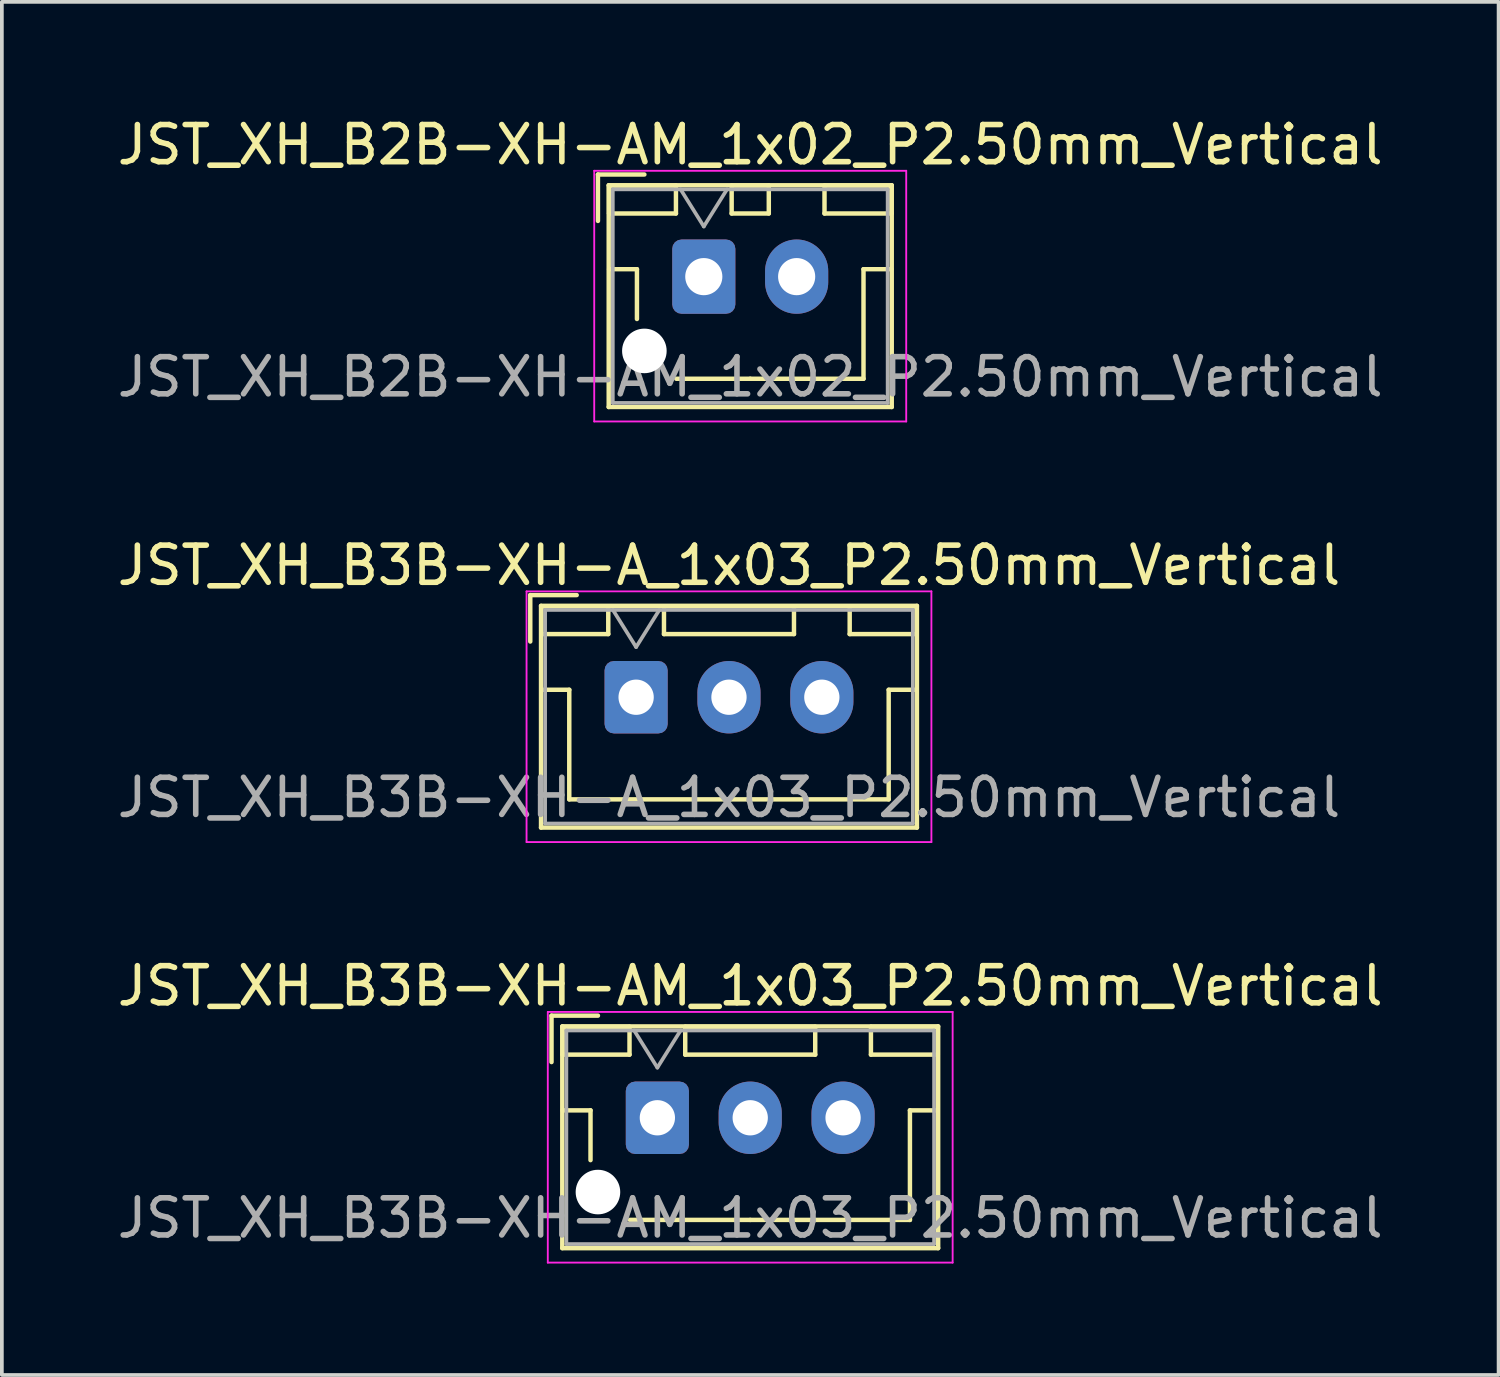
<source format=kicad_pcb>
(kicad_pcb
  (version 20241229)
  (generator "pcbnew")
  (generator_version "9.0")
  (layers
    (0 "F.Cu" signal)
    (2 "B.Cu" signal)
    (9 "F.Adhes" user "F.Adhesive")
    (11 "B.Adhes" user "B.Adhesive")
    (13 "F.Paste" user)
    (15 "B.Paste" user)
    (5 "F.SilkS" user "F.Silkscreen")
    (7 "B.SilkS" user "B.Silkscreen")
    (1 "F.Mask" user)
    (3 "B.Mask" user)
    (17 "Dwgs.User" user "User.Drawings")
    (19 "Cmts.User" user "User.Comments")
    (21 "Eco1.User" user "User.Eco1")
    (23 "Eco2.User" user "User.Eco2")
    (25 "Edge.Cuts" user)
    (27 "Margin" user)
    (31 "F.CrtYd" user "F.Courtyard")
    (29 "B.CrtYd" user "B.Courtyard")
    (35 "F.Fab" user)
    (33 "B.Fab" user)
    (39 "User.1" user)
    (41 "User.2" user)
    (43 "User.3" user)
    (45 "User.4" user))
  (footprint "JST_XH_B3B-XH-AM_1x03_P2.50mm_Vertical"
    (layer "F.Cu")
    (at 14.649 27.045)
    (property "Reference" "JST_XH_B3B-XH-AM_1x03_P2.50mm_Vertical" (at 2.5 -3.55 0) (layer "F.SilkS") (effects (font (size 1 1) (thickness 0.15))))
    (attr through_hole)
    (fp_line (start -2.85 -2.75) (end -2.85 -1.5) (stroke (width 0.12) (type solid)) (layer "F.SilkS"))
    (fp_line (start -2.56 -2.46) (end -2.56 3.51) (stroke (width 0.12) (type solid)) (layer "F.SilkS"))
    (fp_line (start -2.56 3.51) (end 7.56 3.51) (stroke (width 0.12) (type solid)) (layer "F.SilkS"))
    (fp_line (start -2.55 -2.45) (end -2.55 -1.7) (stroke (width 0.12) (type solid)) (layer "F.SilkS"))
    (fp_line (start -2.55 -1.7) (end -0.75 -1.7) (stroke (width 0.12) (type solid)) (layer "F.SilkS"))
    (fp_line (start -2.55 -0.2) (end -1.8 -0.2) (stroke (width 0.12) (type solid)) (layer "F.SilkS"))
    (fp_line (start -1.8 -0.2) (end -1.8 1.14) (stroke (width 0.12) (type solid)) (layer "F.SilkS"))
    (fp_line (start -1.6 -2.75) (end -2.85 -2.75) (stroke (width 0.12) (type solid)) (layer "F.SilkS"))
    (fp_line (start -0.75 -2.45) (end -2.55 -2.45) (stroke (width 0.12) (type solid)) (layer "F.SilkS"))
    (fp_line (start -0.75 -1.7) (end -0.75 -2.45) (stroke (width 0.12) (type solid)) (layer "F.SilkS"))
    (fp_line (start 0.75 -2.45) (end 0.75 -1.7) (stroke (width 0.12) (type solid)) (layer "F.SilkS"))
    (fp_line (start 0.75 -1.7) (end 4.25 -1.7) (stroke (width 0.12) (type solid)) (layer "F.SilkS"))
    (fp_line (start 2.5 2.75) (end -0.74 2.75) (stroke (width 0.12) (type solid)) (layer "F.SilkS"))
    (fp_line (start 4.25 -2.45) (end 0.75 -2.45) (stroke (width 0.12) (type solid)) (layer "F.SilkS"))
    (fp_line (start 4.25 -1.7) (end 4.25 -2.45) (stroke (width 0.12) (type solid)) (layer "F.SilkS"))
    (fp_line (start 5.75 -2.45) (end 5.75 -1.7) (stroke (width 0.12) (type solid)) (layer "F.SilkS"))
    (fp_line (start 5.75 -1.7) (end 7.55 -1.7) (stroke (width 0.12) (type solid)) (layer "F.SilkS"))
    (fp_line (start 6.8 -0.2) (end 6.8 2.75) (stroke (width 0.12) (type solid)) (layer "F.SilkS"))
    (fp_line (start 6.8 2.75) (end 2.5 2.75) (stroke (width 0.12) (type solid)) (layer "F.SilkS"))
    (fp_line (start 7.55 -2.45) (end 5.75 -2.45) (stroke (width 0.12) (type solid)) (layer "F.SilkS"))
    (fp_line (start 7.55 -1.7) (end 7.55 -2.45) (stroke (width 0.12) (type solid)) (layer "F.SilkS"))
    (fp_line (start 7.55 -0.2) (end 6.8 -0.2) (stroke (width 0.12) (type solid)) (layer "F.SilkS"))
    (fp_line (start 7.56 -2.46) (end -2.56 -2.46) (stroke (width 0.12) (type solid)) (layer "F.SilkS"))
    (fp_line (start 7.56 3.51) (end 7.56 -2.46) (stroke (width 0.12) (type solid)) (layer "F.SilkS"))
    (fp_line (start -2.95 -2.85) (end -2.95 3.9) (stroke (width 0.05) (type solid)) (layer "F.CrtYd"))
    (fp_line (start -2.95 3.9) (end 7.95 3.9) (stroke (width 0.05) (type solid)) (layer "F.CrtYd"))
    (fp_line (start 7.95 -2.85) (end -2.95 -2.85) (stroke (width 0.05) (type solid)) (layer "F.CrtYd"))
    (fp_line (start 7.95 3.9) (end 7.95 -2.85) (stroke (width 0.05) (type solid)) (layer "F.CrtYd"))
    (fp_line (start -2.45 -2.35) (end -2.45 3.4) (stroke (width 0.1) (type solid)) (layer "F.Fab"))
    (fp_line (start -2.45 3.4) (end 7.45 3.4) (stroke (width 0.1) (type solid)) (layer "F.Fab"))
    (fp_line (start -0.625 -2.35) (end 0 -1.35) (stroke (width 0.1) (type solid)) (layer "F.Fab"))
    (fp_line (start 0 -1.35) (end 0.625 -2.35) (stroke (width 0.1) (type solid)) (layer "F.Fab"))
    (fp_line (start 7.45 -2.35) (end -2.45 -2.35) (stroke (width 0.1) (type solid)) (layer "F.Fab"))
    (fp_line (start 7.45 3.4) (end 7.45 -2.35) (stroke (width 0.1) (type solid)) (layer "F.Fab"))
    (fp_text user "${REFERENCE}" (at 2.5 2.7 0) (layer "F.Fab") (effects (font (size 1 1) (thickness 0.15))))
    (pad "" np_thru_hole circle (at -1.6 2) (size 1.2 1.2) (drill 1.2) (layers "*.Cu" "*.Mask"))
    (pad "1" thru_hole roundrect (at 0 0) (size 1.7 1.95) (drill 0.95) (layers "*.Cu" "*.Mask") (roundrect_rratio 0.147))
    (pad "2" thru_hole oval (at 2.5 0) (size 1.7 1.95) (drill 0.95) (layers "*.Cu" "*.Mask"))
    (pad "3" thru_hole oval (at 5 0) (size 1.7 1.95) (drill 0.95) (layers "*.Cu" "*.Mask")))
  (footprint "JST_XH_B2B-XH-AM_1x02_P2.50mm_Vertical"
    (layer "F.Cu")
    (at 15.899 4.398)
    (property "Reference" "JST_XH_B2B-XH-AM_1x02_P2.50mm_Vertical" (at 1.25 -3.55 0) (layer "F.SilkS") (effects (font (size 1 1) (thickness 0.15))))
    (attr through_hole)
    (fp_line (start -2.85 -2.75) (end -2.85 -1.5) (stroke (width 0.12) (type solid)) (layer "F.SilkS"))
    (fp_line (start -2.56 -2.46) (end -2.56 3.51) (stroke (width 0.12) (type solid)) (layer "F.SilkS"))
    (fp_line (start -2.56 3.51) (end 5.06 3.51) (stroke (width 0.12) (type solid)) (layer "F.SilkS"))
    (fp_line (start -2.55 -2.45) (end -2.55 -1.7) (stroke (width 0.12) (type solid)) (layer "F.SilkS"))
    (fp_line (start -2.55 -1.7) (end -0.75 -1.7) (stroke (width 0.12) (type solid)) (layer "F.SilkS"))
    (fp_line (start -2.55 -0.2) (end -1.8 -0.2) (stroke (width 0.12) (type solid)) (layer "F.SilkS"))
    (fp_line (start -1.8 -0.2) (end -1.8 1.14) (stroke (width 0.12) (type solid)) (layer "F.SilkS"))
    (fp_line (start -1.6 -2.75) (end -2.85 -2.75) (stroke (width 0.12) (type solid)) (layer "F.SilkS"))
    (fp_line (start -0.75 -2.45) (end -2.55 -2.45) (stroke (width 0.12) (type solid)) (layer "F.SilkS"))
    (fp_line (start -0.75 -1.7) (end -0.75 -2.45) (stroke (width 0.12) (type solid)) (layer "F.SilkS"))
    (fp_line (start 0.75 -2.45) (end 0.75 -1.7) (stroke (width 0.12) (type solid)) (layer "F.SilkS"))
    (fp_line (start 0.75 -1.7) (end 1.75 -1.7) (stroke (width 0.12) (type solid)) (layer "F.SilkS"))
    (fp_line (start 1.25 2.75) (end -0.74 2.75) (stroke (width 0.12) (type solid)) (layer "F.SilkS"))
    (fp_line (start 1.75 -2.45) (end 0.75 -2.45) (stroke (width 0.12) (type solid)) (layer "F.SilkS"))
    (fp_line (start 1.75 -1.7) (end 1.75 -2.45) (stroke (width 0.12) (type solid)) (layer "F.SilkS"))
    (fp_line (start 3.25 -2.45) (end 3.25 -1.7) (stroke (width 0.12) (type solid)) (layer "F.SilkS"))
    (fp_line (start 3.25 -1.7) (end 5.05 -1.7) (stroke (width 0.12) (type solid)) (layer "F.SilkS"))
    (fp_line (start 4.3 -0.2) (end 4.3 2.75) (stroke (width 0.12) (type solid)) (layer "F.SilkS"))
    (fp_line (start 4.3 2.75) (end 1.25 2.75) (stroke (width 0.12) (type solid)) (layer "F.SilkS"))
    (fp_line (start 5.05 -2.45) (end 3.25 -2.45) (stroke (width 0.12) (type solid)) (layer "F.SilkS"))
    (fp_line (start 5.05 -1.7) (end 5.05 -2.45) (stroke (width 0.12) (type solid)) (layer "F.SilkS"))
    (fp_line (start 5.05 -0.2) (end 4.3 -0.2) (stroke (width 0.12) (type solid)) (layer "F.SilkS"))
    (fp_line (start 5.06 -2.46) (end -2.56 -2.46) (stroke (width 0.12) (type solid)) (layer "F.SilkS"))
    (fp_line (start 5.06 3.51) (end 5.06 -2.46) (stroke (width 0.12) (type solid)) (layer "F.SilkS"))
    (fp_line (start -2.95 -2.85) (end -2.95 3.9) (stroke (width 0.05) (type solid)) (layer "F.CrtYd"))
    (fp_line (start -2.95 3.9) (end 5.45 3.9) (stroke (width 0.05) (type solid)) (layer "F.CrtYd"))
    (fp_line (start 5.45 -2.85) (end -2.95 -2.85) (stroke (width 0.05) (type solid)) (layer "F.CrtYd"))
    (fp_line (start 5.45 3.9) (end 5.45 -2.85) (stroke (width 0.05) (type solid)) (layer "F.CrtYd"))
    (fp_line (start -2.45 -2.35) (end -2.45 3.4) (stroke (width 0.1) (type solid)) (layer "F.Fab"))
    (fp_line (start -2.45 3.4) (end 4.95 3.4) (stroke (width 0.1) (type solid)) (layer "F.Fab"))
    (fp_line (start -0.625 -2.35) (end 0 -1.35) (stroke (width 0.1) (type solid)) (layer "F.Fab"))
    (fp_line (start 0 -1.35) (end 0.625 -2.35) (stroke (width 0.1) (type solid)) (layer "F.Fab"))
    (fp_line (start 4.95 -2.35) (end -2.45 -2.35) (stroke (width 0.1) (type solid)) (layer "F.Fab"))
    (fp_line (start 4.95 3.4) (end 4.95 -2.35) (stroke (width 0.1) (type solid)) (layer "F.Fab"))
    (fp_text user "${REFERENCE}" (at 1.25 2.7 0) (layer "F.Fab") (effects (font (size 1 1) (thickness 0.15))))
    (pad "" np_thru_hole circle (at -1.6 2) (size 1.2 1.2) (drill 1.2) (layers "*.Cu" "*.Mask"))
    (pad "1" thru_hole roundrect (at 0 0) (size 1.7 2) (drill 1) (layers "*.Cu" "*.Mask") (roundrect_rratio 0.147))
    (pad "2" thru_hole oval (at 2.5 0) (size 1.7 2) (drill 1) (layers "*.Cu" "*.Mask")))
  (footprint "JST_XH_B3B-XH-A_1x03_P2.50mm_Vertical"
    (layer "F.Cu")
    (at 14.077 15.722)
    (property "Reference" "JST_XH_B3B-XH-A_1x03_P2.50mm_Vertical" (at 2.5 -3.55 0) (layer "F.SilkS") (effects (font (size 1 1) (thickness 0.15))))
    (attr through_hole)
    (fp_line (start -2.85 -2.75) (end -2.85 -1.5) (stroke (width 0.12) (type solid)) (layer "F.SilkS"))
    (fp_line (start -2.56 -2.46) (end -2.56 3.51) (stroke (width 0.12) (type solid)) (layer "F.SilkS"))
    (fp_line (start -2.56 3.51) (end 7.56 3.51) (stroke (width 0.12) (type solid)) (layer "F.SilkS"))
    (fp_line (start -2.55 -2.45) (end -2.55 -1.7) (stroke (width 0.12) (type solid)) (layer "F.SilkS"))
    (fp_line (start -2.55 -1.7) (end -0.75 -1.7) (stroke (width 0.12) (type solid)) (layer "F.SilkS"))
    (fp_line (start -2.55 -0.2) (end -1.8 -0.2) (stroke (width 0.12) (type solid)) (layer "F.SilkS"))
    (fp_line (start -1.8 -0.2) (end -1.8 2.75) (stroke (width 0.12) (type solid)) (layer "F.SilkS"))
    (fp_line (start -1.8 2.75) (end 2.5 2.75) (stroke (width 0.12) (type solid)) (layer "F.SilkS"))
    (fp_line (start -1.6 -2.75) (end -2.85 -2.75) (stroke (width 0.12) (type solid)) (layer "F.SilkS"))
    (fp_line (start -0.75 -2.45) (end -2.55 -2.45) (stroke (width 0.12) (type solid)) (layer "F.SilkS"))
    (fp_line (start -0.75 -1.7) (end -0.75 -2.45) (stroke (width 0.12) (type solid)) (layer "F.SilkS"))
    (fp_line (start 0.75 -2.45) (end 0.75 -1.7) (stroke (width 0.12) (type solid)) (layer "F.SilkS"))
    (fp_line (start 0.75 -1.7) (end 4.25 -1.7) (stroke (width 0.12) (type solid)) (layer "F.SilkS"))
    (fp_line (start 4.25 -2.45) (end 0.75 -2.45) (stroke (width 0.12) (type solid)) (layer "F.SilkS"))
    (fp_line (start 4.25 -1.7) (end 4.25 -2.45) (stroke (width 0.12) (type solid)) (layer "F.SilkS"))
    (fp_line (start 5.75 -2.45) (end 5.75 -1.7) (stroke (width 0.12) (type solid)) (layer "F.SilkS"))
    (fp_line (start 5.75 -1.7) (end 7.55 -1.7) (stroke (width 0.12) (type solid)) (layer "F.SilkS"))
    (fp_line (start 6.8 -0.2) (end 6.8 2.75) (stroke (width 0.12) (type solid)) (layer "F.SilkS"))
    (fp_line (start 6.8 2.75) (end 2.5 2.75) (stroke (width 0.12) (type solid)) (layer "F.SilkS"))
    (fp_line (start 7.55 -2.45) (end 5.75 -2.45) (stroke (width 0.12) (type solid)) (layer "F.SilkS"))
    (fp_line (start 7.55 -1.7) (end 7.55 -2.45) (stroke (width 0.12) (type solid)) (layer "F.SilkS"))
    (fp_line (start 7.55 -0.2) (end 6.8 -0.2) (stroke (width 0.12) (type solid)) (layer "F.SilkS"))
    (fp_line (start 7.56 -2.46) (end -2.56 -2.46) (stroke (width 0.12) (type solid)) (layer "F.SilkS"))
    (fp_line (start 7.56 3.51) (end 7.56 -2.46) (stroke (width 0.12) (type solid)) (layer "F.SilkS"))
    (fp_line (start -2.95 -2.85) (end -2.95 3.9) (stroke (width 0.05) (type solid)) (layer "F.CrtYd"))
    (fp_line (start -2.95 3.9) (end 7.95 3.9) (stroke (width 0.05) (type solid)) (layer "F.CrtYd"))
    (fp_line (start 7.95 -2.85) (end -2.95 -2.85) (stroke (width 0.05) (type solid)) (layer "F.CrtYd"))
    (fp_line (start 7.95 3.9) (end 7.95 -2.85) (stroke (width 0.05) (type solid)) (layer "F.CrtYd"))
    (fp_line (start -2.45 -2.35) (end -2.45 3.4) (stroke (width 0.1) (type solid)) (layer "F.Fab"))
    (fp_line (start -2.45 3.4) (end 7.45 3.4) (stroke (width 0.1) (type solid)) (layer "F.Fab"))
    (fp_line (start -0.625 -2.35) (end 0 -1.35) (stroke (width 0.1) (type solid)) (layer "F.Fab"))
    (fp_line (start 0 -1.35) (end 0.625 -2.35) (stroke (width 0.1) (type solid)) (layer "F.Fab"))
    (fp_line (start 7.45 -2.35) (end -2.45 -2.35) (stroke (width 0.1) (type solid)) (layer "F.Fab"))
    (fp_line (start 7.45 3.4) (end 7.45 -2.35) (stroke (width 0.1) (type solid)) (layer "F.Fab"))
    (fp_text user "${REFERENCE}" (at 2.5 2.7 0) (layer "F.Fab") (effects (font (size 1 1) (thickness 0.15))))
    (pad "1" thru_hole roundrect (at 0 0) (size 1.7 1.95) (drill 0.95) (layers "*.Cu" "*.Mask") (roundrect_rratio 0.147))
    (pad "2" thru_hole oval (at 2.5 0) (size 1.7 1.95) (drill 0.95) (layers "*.Cu" "*.Mask"))
    (pad "3" thru_hole oval (at 5 0) (size 1.7 1.95) (drill 0.95) (layers "*.Cu" "*.Mask")))
  (gr_rect
    (start -3 -3)
    (end 37.298 33.97)
    (stroke (width 0.1) (type default))
    (fill no)
    (layer "Edge.Cuts")))
</source>
